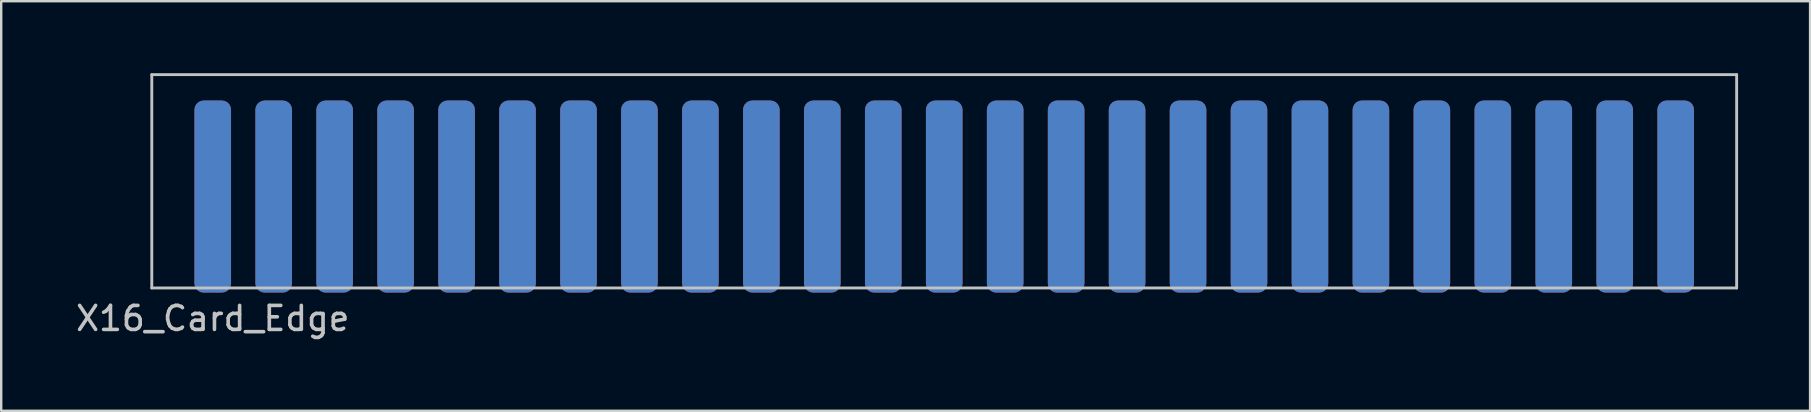
<source format=kicad_pcb>
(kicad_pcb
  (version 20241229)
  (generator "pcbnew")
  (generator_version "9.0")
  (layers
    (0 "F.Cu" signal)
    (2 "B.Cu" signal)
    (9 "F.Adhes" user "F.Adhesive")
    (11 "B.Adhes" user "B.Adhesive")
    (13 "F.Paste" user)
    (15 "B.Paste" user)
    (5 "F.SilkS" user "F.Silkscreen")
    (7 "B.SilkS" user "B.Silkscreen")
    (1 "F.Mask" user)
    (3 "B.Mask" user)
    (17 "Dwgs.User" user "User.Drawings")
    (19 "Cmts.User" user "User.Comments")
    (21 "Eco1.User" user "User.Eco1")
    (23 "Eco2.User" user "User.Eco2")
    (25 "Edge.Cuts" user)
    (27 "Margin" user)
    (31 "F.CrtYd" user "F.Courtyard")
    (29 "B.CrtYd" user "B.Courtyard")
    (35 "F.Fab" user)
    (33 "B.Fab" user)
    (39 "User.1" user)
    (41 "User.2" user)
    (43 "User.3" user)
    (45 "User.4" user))
  (footprint "X16_Card_Edge"
    (layer "F.Cu")
    (at 3.275 8.95)
    (property "Reference" "X16_Card_Edge" (at 2.54 1.27 0) (layer "Dwgs.User") (effects (font (size 1 1) (thickness 0.15))))
    (attr through_hole)
    (fp_poly (pts (xy 66.04 0) (xy 0 0) (xy 0 -7.62) (xy 66.04 -7.62)) (stroke (width 0.1) (type solid)) (fill yes) (layer "F.Mask"))
    (fp_poly (pts (xy 66.04 0) (xy 0 0) (xy 0 -7.62) (xy 66.04 -7.62)) (stroke (width 0.1) (type solid)) (fill yes) (layer "B.Mask"))
    (fp_line (start 0 -8.89) (end 66.04 -8.89) (stroke (width 0.12) (type solid)) (layer "Dwgs.User"))
    (fp_line (start 0 0) (end 0 -8.89) (stroke (width 0.12) (type solid)) (layer "Dwgs.User"))
    (fp_line (start 66.04 -8.89) (end 66.04 0) (stroke (width 0.12) (type solid)) (layer "Dwgs.User"))
    (fp_line (start 66.04 0) (end 0 0) (stroke (width 0.12) (type solid)) (layer "Dwgs.User"))
    (pad "1" smd roundrect (at 2.54 -3.81) (size 1.524 8) (layers "F.Cu" "F.Mask" "F.Paste") (roundrect_rratio 0.25))
    (pad "2" smd roundrect (at 2.54 -3.81) (size 1.524 8) (layers "B.Cu" "B.Mask" "B.Paste") (roundrect_rratio 0.25))
    (pad "3" smd roundrect (at 5.08 -3.81) (size 1.524 8) (layers "F.Cu" "F.Mask" "F.Paste") (roundrect_rratio 0.25))
    (pad "4" smd roundrect (at 5.08 -3.81) (size 1.524 8) (layers "B.Cu" "B.Mask" "B.Paste") (roundrect_rratio 0.25))
    (pad "5" smd roundrect (at 7.62 -3.81) (size 1.524 8) (layers "F.Cu" "F.Mask" "F.Paste") (roundrect_rratio 0.25))
    (pad "6" smd roundrect (at 7.62 -3.81) (size 1.524 8) (layers "B.Cu" "B.Mask" "B.Paste") (roundrect_rratio 0.25))
    (pad "7" smd roundrect (at 10.16 -3.81) (size 1.524 8) (layers "F.Cu" "F.Mask" "F.Paste") (roundrect_rratio 0.25))
    (pad "8" smd roundrect (at 10.16 -3.81) (size 1.524 8) (layers "B.Cu" "B.Mask" "B.Paste") (roundrect_rratio 0.25))
    (pad "9" smd roundrect (at 12.7 -3.81) (size 1.524 8) (layers "F.Cu" "F.Mask" "F.Paste") (roundrect_rratio 0.25))
    (pad "10" smd roundrect (at 12.7 -3.81) (size 1.524 8) (layers "B.Cu" "B.Mask" "B.Paste") (roundrect_rratio 0.25))
    (pad "11" smd roundrect (at 15.24 -3.81) (size 1.524 8) (layers "F.Cu" "F.Mask" "F.Paste") (roundrect_rratio 0.25))
    (pad "12" smd roundrect (at 15.24 -3.81) (size 1.524 8) (layers "B.Cu" "B.Mask" "B.Paste") (roundrect_rratio 0.25))
    (pad "13" smd roundrect (at 17.78 -3.81) (size 1.524 8) (layers "F.Cu" "F.Mask" "F.Paste") (roundrect_rratio 0.25))
    (pad "14" smd roundrect (at 17.78 -3.81) (size 1.524 8) (layers "B.Cu" "B.Mask" "B.Paste") (roundrect_rratio 0.25))
    (pad "15" smd roundrect (at 20.32 -3.81) (size 1.524 8) (layers "F.Cu" "F.Mask" "F.Paste") (roundrect_rratio 0.25))
    (pad "16" smd roundrect (at 20.32 -3.81) (size 1.524 8) (layers "B.Cu" "B.Mask" "B.Paste") (roundrect_rratio 0.25))
    (pad "17" smd roundrect (at 22.86 -3.81) (size 1.524 8) (layers "F.Cu" "F.Mask" "F.Paste") (roundrect_rratio 0.25))
    (pad "18" smd roundrect (at 22.86 -3.81) (size 1.524 8) (layers "B.Cu" "B.Mask" "B.Paste") (roundrect_rratio 0.25))
    (pad "19" smd roundrect (at 25.4 -3.81) (size 1.524 8) (layers "F.Cu" "F.Mask" "F.Paste") (roundrect_rratio 0.25))
    (pad "20" smd roundrect (at 25.4 -3.81) (size 1.524 8) (layers "B.Cu" "B.Mask" "B.Paste") (roundrect_rratio 0.25))
    (pad "21" smd roundrect (at 27.94 -3.81) (size 1.524 8) (layers "F.Cu" "F.Mask" "F.Paste") (roundrect_rratio 0.25))
    (pad "22" smd roundrect (at 27.94 -3.81) (size 1.524 8) (layers "B.Cu" "B.Mask" "B.Paste") (roundrect_rratio 0.25))
    (pad "23" smd roundrect (at 30.48 -3.81) (size 1.524 8) (layers "F.Cu" "F.Mask" "F.Paste") (roundrect_rratio 0.25))
    (pad "24" smd roundrect (at 30.48 -3.81) (size 1.524 8) (layers "B.Cu" "B.Mask" "B.Paste") (roundrect_rratio 0.25))
    (pad "25" smd roundrect (at 33.02 -3.81) (size 1.524 8) (layers "F.Cu" "F.Mask" "F.Paste") (roundrect_rratio 0.25))
    (pad "26" smd roundrect (at 33.02 -3.81) (size 1.524 8) (layers "B.Cu" "B.Mask" "B.Paste") (roundrect_rratio 0.25))
    (pad "27" smd roundrect (at 35.56 -3.81) (size 1.524 8) (layers "F.Cu" "F.Mask" "F.Paste") (roundrect_rratio 0.25))
    (pad "28" smd roundrect (at 35.56 -3.81) (size 1.524 8) (layers "B.Cu" "B.Mask" "B.Paste") (roundrect_rratio 0.25))
    (pad "29" smd roundrect (at 38.1 -3.81) (size 1.524 8) (layers "F.Cu" "F.Mask" "F.Paste") (roundrect_rratio 0.25))
    (pad "30" smd roundrect (at 38.1 -3.81) (size 1.524 8) (layers "B.Cu" "B.Mask" "B.Paste") (roundrect_rratio 0.25))
    (pad "31" smd roundrect (at 40.64 -3.81) (size 1.524 8) (layers "F.Cu" "F.Mask" "F.Paste") (roundrect_rratio 0.25))
    (pad "32" smd roundrect (at 40.64 -3.81) (size 1.524 8) (layers "B.Cu" "B.Mask" "B.Paste") (roundrect_rratio 0.25))
    (pad "33" smd roundrect (at 43.18 -3.81) (size 1.524 8) (layers "F.Cu" "F.Mask" "F.Paste") (roundrect_rratio 0.25))
    (pad "34" smd roundrect (at 43.18 -3.81) (size 1.524 8) (layers "B.Cu" "B.Mask" "B.Paste") (roundrect_rratio 0.25))
    (pad "35" smd roundrect (at 45.72 -3.81) (size 1.524 8) (layers "F.Cu" "F.Mask" "F.Paste") (roundrect_rratio 0.25))
    (pad "36" smd roundrect (at 45.72 -3.81) (size 1.524 8) (layers "B.Cu" "B.Mask" "B.Paste") (roundrect_rratio 0.25))
    (pad "37" smd roundrect (at 48.26 -3.81) (size 1.524 8) (layers "F.Cu" "F.Mask" "F.Paste") (roundrect_rratio 0.25))
    (pad "38" smd roundrect (at 48.26 -3.81) (size 1.524 8) (layers "B.Cu" "B.Mask" "B.Paste") (roundrect_rratio 0.25))
    (pad "39" smd roundrect (at 50.8 -3.81) (size 1.524 8) (layers "F.Cu" "F.Mask" "F.Paste") (roundrect_rratio 0.25))
    (pad "40" smd roundrect (at 50.8 -3.81) (size 1.524 8) (layers "B.Cu" "B.Mask" "B.Paste") (roundrect_rratio 0.25))
    (pad "41" smd roundrect (at 53.34 -3.81) (size 1.524 8) (layers "F.Cu" "F.Mask" "F.Paste") (roundrect_rratio 0.25))
    (pad "42" smd roundrect (at 53.34 -3.81) (size 1.524 8) (layers "B.Cu" "B.Mask" "B.Paste") (roundrect_rratio 0.25))
    (pad "43" smd roundrect (at 55.88 -3.81) (size 1.524 8) (layers "F.Cu" "F.Mask" "F.Paste") (roundrect_rratio 0.25))
    (pad "44" smd roundrect (at 55.88 -3.81) (size 1.524 8) (layers "B.Cu" "B.Mask" "B.Paste") (roundrect_rratio 0.25))
    (pad "45" smd roundrect (at 58.42 -3.81) (size 1.524 8) (layers "F.Cu" "F.Mask" "F.Paste") (roundrect_rratio 0.25))
    (pad "46" smd roundrect (at 58.42 -3.81) (size 1.524 8) (layers "B.Cu" "B.Mask" "B.Paste") (roundrect_rratio 0.25))
    (pad "47" smd roundrect (at 60.96 -3.81) (size 1.524 8) (layers "F.Cu" "F.Mask" "F.Paste") (roundrect_rratio 0.25))
    (pad "48" smd roundrect (at 60.96 -3.81) (size 1.524 8) (layers "B.Cu" "B.Mask" "B.Paste") (roundrect_rratio 0.25))
    (pad "49" smd roundrect (at 63.5 -3.81) (size 1.524 8) (layers "F.Cu" "F.Mask" "F.Paste") (roundrect_rratio 0.25))
    (pad "50" smd roundrect (at 63.5 -3.81) (size 1.524 8) (layers "B.Cu" "B.Mask" "B.Paste") (roundrect_rratio 0.25)))
  (gr_rect
    (start -3 -3)
    (end 72.375 14.068)
    (stroke (width 0.1) (type default))
    (fill no)
    (layer "Edge.Cuts")))
</source>
